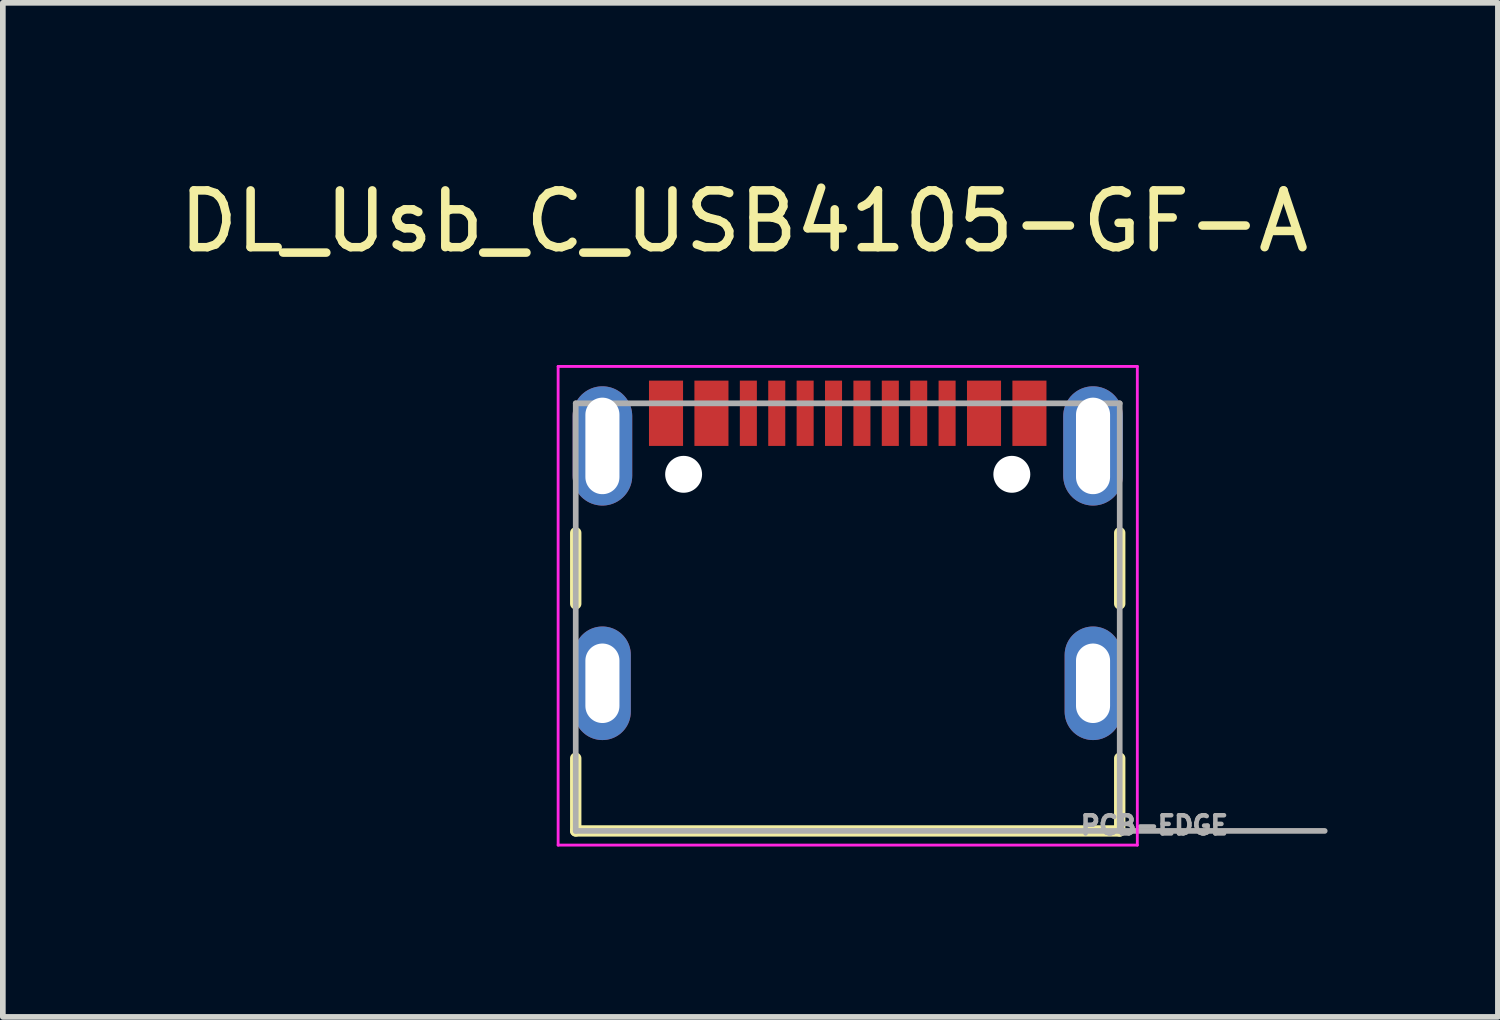
<source format=kicad_pcb>
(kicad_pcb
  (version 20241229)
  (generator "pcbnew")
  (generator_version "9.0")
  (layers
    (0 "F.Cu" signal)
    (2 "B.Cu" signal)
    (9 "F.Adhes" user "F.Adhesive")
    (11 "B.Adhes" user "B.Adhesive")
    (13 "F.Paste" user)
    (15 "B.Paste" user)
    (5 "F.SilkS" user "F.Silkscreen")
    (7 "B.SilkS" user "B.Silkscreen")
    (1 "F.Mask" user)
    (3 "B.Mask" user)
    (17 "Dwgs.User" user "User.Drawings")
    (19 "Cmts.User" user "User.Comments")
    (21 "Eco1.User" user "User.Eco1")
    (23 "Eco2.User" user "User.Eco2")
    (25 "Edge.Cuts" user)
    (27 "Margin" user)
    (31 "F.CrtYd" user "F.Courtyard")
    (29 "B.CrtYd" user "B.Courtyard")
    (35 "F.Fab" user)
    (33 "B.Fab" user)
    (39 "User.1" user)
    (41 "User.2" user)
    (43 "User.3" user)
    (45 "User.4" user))
  (footprint "DL_Usb_C_USB4105-GF-A"
    (layer "F.Cu")
    (at 11.879 8.983)
    (property "Reference" "DL_Usb_C_USB4105-GF-A" (at -1.825 -8.135 0) (layer "F.SilkS") (effects (font (size 1 1) (thickness 0.15))))
    (attr through_hole)
    (fp_line (start -4.79 -2.65) (end -4.79 -1.4) (stroke (width 0.2) (type solid)) (layer "F.SilkS"))
    (fp_line (start -4.79 1.32) (end -4.79 2.6) (stroke (width 0.2) (type solid)) (layer "F.SilkS"))
    (fp_line (start -4.79 2.6) (end 4.79 2.6) (stroke (width 0.2) (type solid)) (layer "F.SilkS"))
    (fp_line (start 4.79 -2.65) (end 4.79 -1.4) (stroke (width 0.2) (type solid)) (layer "F.SilkS"))
    (fp_line (start 4.79 2.6) (end 4.79 1.32) (stroke (width 0.2) (type solid)) (layer "F.SilkS"))
    (fp_line (start -5.1 -5.58) (end -5.1 2.85) (stroke (width 0.05) (type solid)) (layer "F.CrtYd"))
    (fp_line (start -5.1 2.85) (end 5.1 2.85) (stroke (width 0.05) (type solid)) (layer "F.CrtYd"))
    (fp_line (start 5.1 -5.58) (end -5.1 -5.58) (stroke (width 0.05) (type solid)) (layer "F.CrtYd"))
    (fp_line (start 5.1 2.85) (end 5.1 -5.58) (stroke (width 0.05) (type solid)) (layer "F.CrtYd"))
    (fp_line (start -4.79 -4.93) (end 4.79 -4.93) (stroke (width 0.1) (type solid)) (layer "F.Fab"))
    (fp_line (start -4.79 2.6) (end -4.79 -4.93) (stroke (width 0.1) (type solid)) (layer "F.Fab"))
    (fp_line (start 4.79 -4.93) (end 4.79 2.6) (stroke (width 0.1) (type solid)) (layer "F.Fab"))
    (fp_line (start 4.79 2.6) (end -4.79 2.6) (stroke (width 0.1) (type solid)) (layer "F.Fab"))
    (fp_line (start 4.8 2.6) (end 8.4 2.6) (stroke (width 0.1) (type solid)) (layer "F.Fab"))
    (fp_text user "PCB-EDGE" (at 5.4 2.5 0) (layer "F.Fab") (effects (font (size 0.32 0.32) (thickness 0.15))))
    (pad "" np_thru_hole circle (at -2.89 -3.68) (size 0.65 0.65) (drill 0.65) (layers "*.Cu" "*.Mask"))
    (pad "" np_thru_hole circle (at 2.89 -3.68) (size 0.65 0.65) (drill 0.65) (layers "*.Cu" "*.Mask"))
    (pad "A1_B12" smd rect (at -3.2 -4.755) (size 0.6 1.15) (layers "F.Cu" "F.Mask" "F.Paste"))
    (pad "A4_B9" smd rect (at -2.4 -4.755) (size 0.6 1.15) (layers "F.Cu" "F.Mask" "F.Paste"))
    (pad "A5" smd rect (at -1.25 -4.755) (size 0.3 1.15) (layers "F.Cu" "F.Mask" "F.Paste"))
    (pad "A6" smd rect (at -0.25 -4.755) (size 0.3 1.15) (layers "F.Cu" "F.Mask" "F.Paste"))
    (pad "A7" smd rect (at 0.25 -4.755) (size 0.3 1.15) (layers "F.Cu" "F.Mask" "F.Paste"))
    (pad "A8" smd rect (at 1.25 -4.755) (size 0.3 1.15) (layers "F.Cu" "F.Mask" "F.Paste"))
    (pad "B1_A12" smd rect (at 3.2 -4.755) (size 0.6 1.15) (layers "F.Cu" "F.Mask" "F.Paste"))
    (pad "B4_A9" smd rect (at 2.4 -4.755) (size 0.6 1.15) (layers "F.Cu" "F.Mask" "F.Paste"))
    (pad "B5" smd rect (at 1.75 -4.755) (size 0.3 1.15) (layers "F.Cu" "F.Mask" "F.Paste"))
    (pad "B6" smd rect (at 0.75 -4.755) (size 0.3 1.15) (layers "F.Cu" "F.Mask" "F.Paste"))
    (pad "B7" smd rect (at -0.75 -4.755) (size 0.3 1.15) (layers "F.Cu" "F.Mask" "F.Paste"))
    (pad "B8" smd rect (at -1.75 -4.755) (size 0.3 1.15) (layers "F.Cu" "F.Mask" "F.Paste"))
    (pad "S1" thru_hole oval (at -4.32 -4.18) (size 1.05 2.1) (drill oval 0.6 1.7) (layers "*.Cu" "*.Mask"))
    (pad "S2" thru_hole oval (at -4.32 0) (size 1 2) (drill oval 0.6 1.4) (layers "*.Cu" "*.Mask"))
    (pad "S3" thru_hole oval (at 4.32 0) (size 1 2) (drill oval 0.6 1.4) (layers "*.Cu" "*.Mask"))
    (pad "S4" thru_hole oval (at 4.32 -4.18) (size 1.05 2.1) (drill oval 0.6 1.7) (layers "*.Cu" "*.Mask")))
  (gr_rect
    (start -3 -3)
    (end 23.329 14.858)
    (stroke (width 0.1) (type default))
    (fill no)
    (layer "Edge.Cuts")))
</source>
